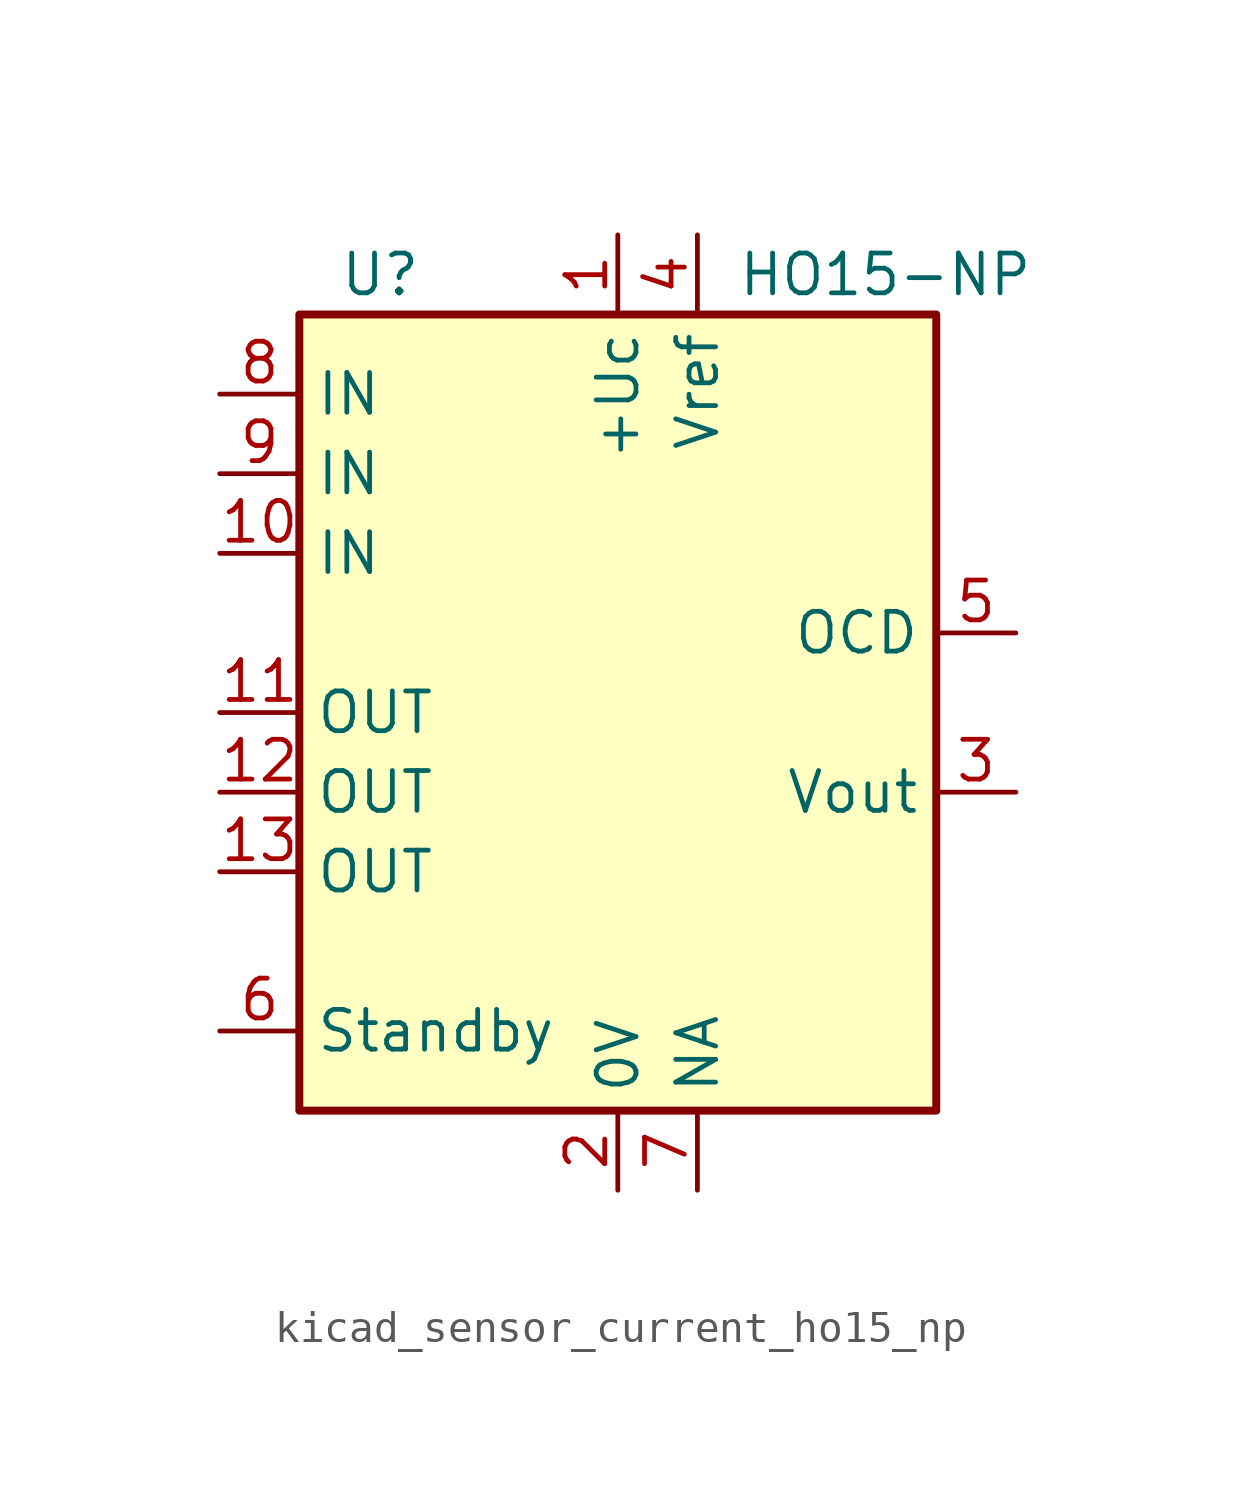
<source format=kicad_sym>
(kicad_symbol_lib
  (version 20220914)
  (generator kicad_symbol_editor)
  (symbol "kicad_sensor_current_ho15_np"
    (property "Reference" "U"
      (at -8.89 13.97 0)
      (effects (font (size 1.27 1.27)) (justify left)))
    (property "Value" "HO15-NP"
      (at 3.81 13.97 0)
      (effects (font (size 1.27 1.27)) (justify left)))
    (symbol "kicad_sensor_current_ho15_np_0_1"
      (rectangle (start -10.16 12.7) (end 10.16 -12.7) (stroke (width 0.254) (type default)) (fill (type background))))
    (symbol "kicad_sensor_current_ho15_np_1_1"
      (pin power_in line (at 0 15.24 270) (length 2.54) (name "+Uc" (effects (font (size 1.27 1.27)))) (number "1" (effects (font (size 1.27 1.27)))))
      (pin passive line (at -12.7 5.08 0) (length 2.54) (name "IN" (effects (font (size 1.27 1.27)))) (number "10" (effects (font (size 1.27 1.27)))))
      (pin passive line (at -12.7 0 0) (length 2.54) (name "OUT" (effects (font (size 1.27 1.27)))) (number "11" (effects (font (size 1.27 1.27)))))
      (pin passive line (at -12.7 -2.54 0) (length 2.54) (name "OUT" (effects (font (size 1.27 1.27)))) (number "12" (effects (font (size 1.27 1.27)))))
      (pin passive line (at -12.7 -5.08 0) (length 2.54) (name "OUT" (effects (font (size 1.27 1.27)))) (number "13" (effects (font (size 1.27 1.27)))))
      (pin power_in line (at 0 -15.24 90) (length 2.54) (name "0V" (effects (font (size 1.27 1.27)))) (number "2" (effects (font (size 1.27 1.27)))))
      (pin output line (at 12.7 -2.54 180) (length 2.54) (name "Vout" (effects (font (size 1.27 1.27)))) (number "3" (effects (font (size 1.27 1.27)))))
      (pin passive line (at 2.54 15.24 270) (length 2.54) (name "Vref" (effects (font (size 1.27 1.27)))) (number "4" (effects (font (size 1.27 1.27)))))
      (pin open_collector line (at 12.7 2.54 180) (length 2.54) (name "OCD" (effects (font (size 1.27 1.27)))) (number "5" (effects (font (size 1.27 1.27)))))
      (pin input line (at -12.7 -10.16 0) (length 2.54) (name "Standby" (effects (font (size 1.27 1.27)))) (number "6" (effects (font (size 1.27 1.27)))))
      (pin passive line (at 2.54 -15.24 90) (length 2.54) (name "NA" (effects (font (size 1.27 1.27)))) (number "7" (effects (font (size 1.27 1.27)))))
      (pin passive line (at -12.7 10.16 0) (length 2.54) (name "IN" (effects (font (size 1.27 1.27)))) (number "8" (effects (font (size 1.27 1.27)))))
      (pin passive line (at -12.7 7.62 0) (length 2.54) (name "IN" (effects (font (size 1.27 1.27)))) (number "9" (effects (font (size 1.27 1.27))))))))
</source>
